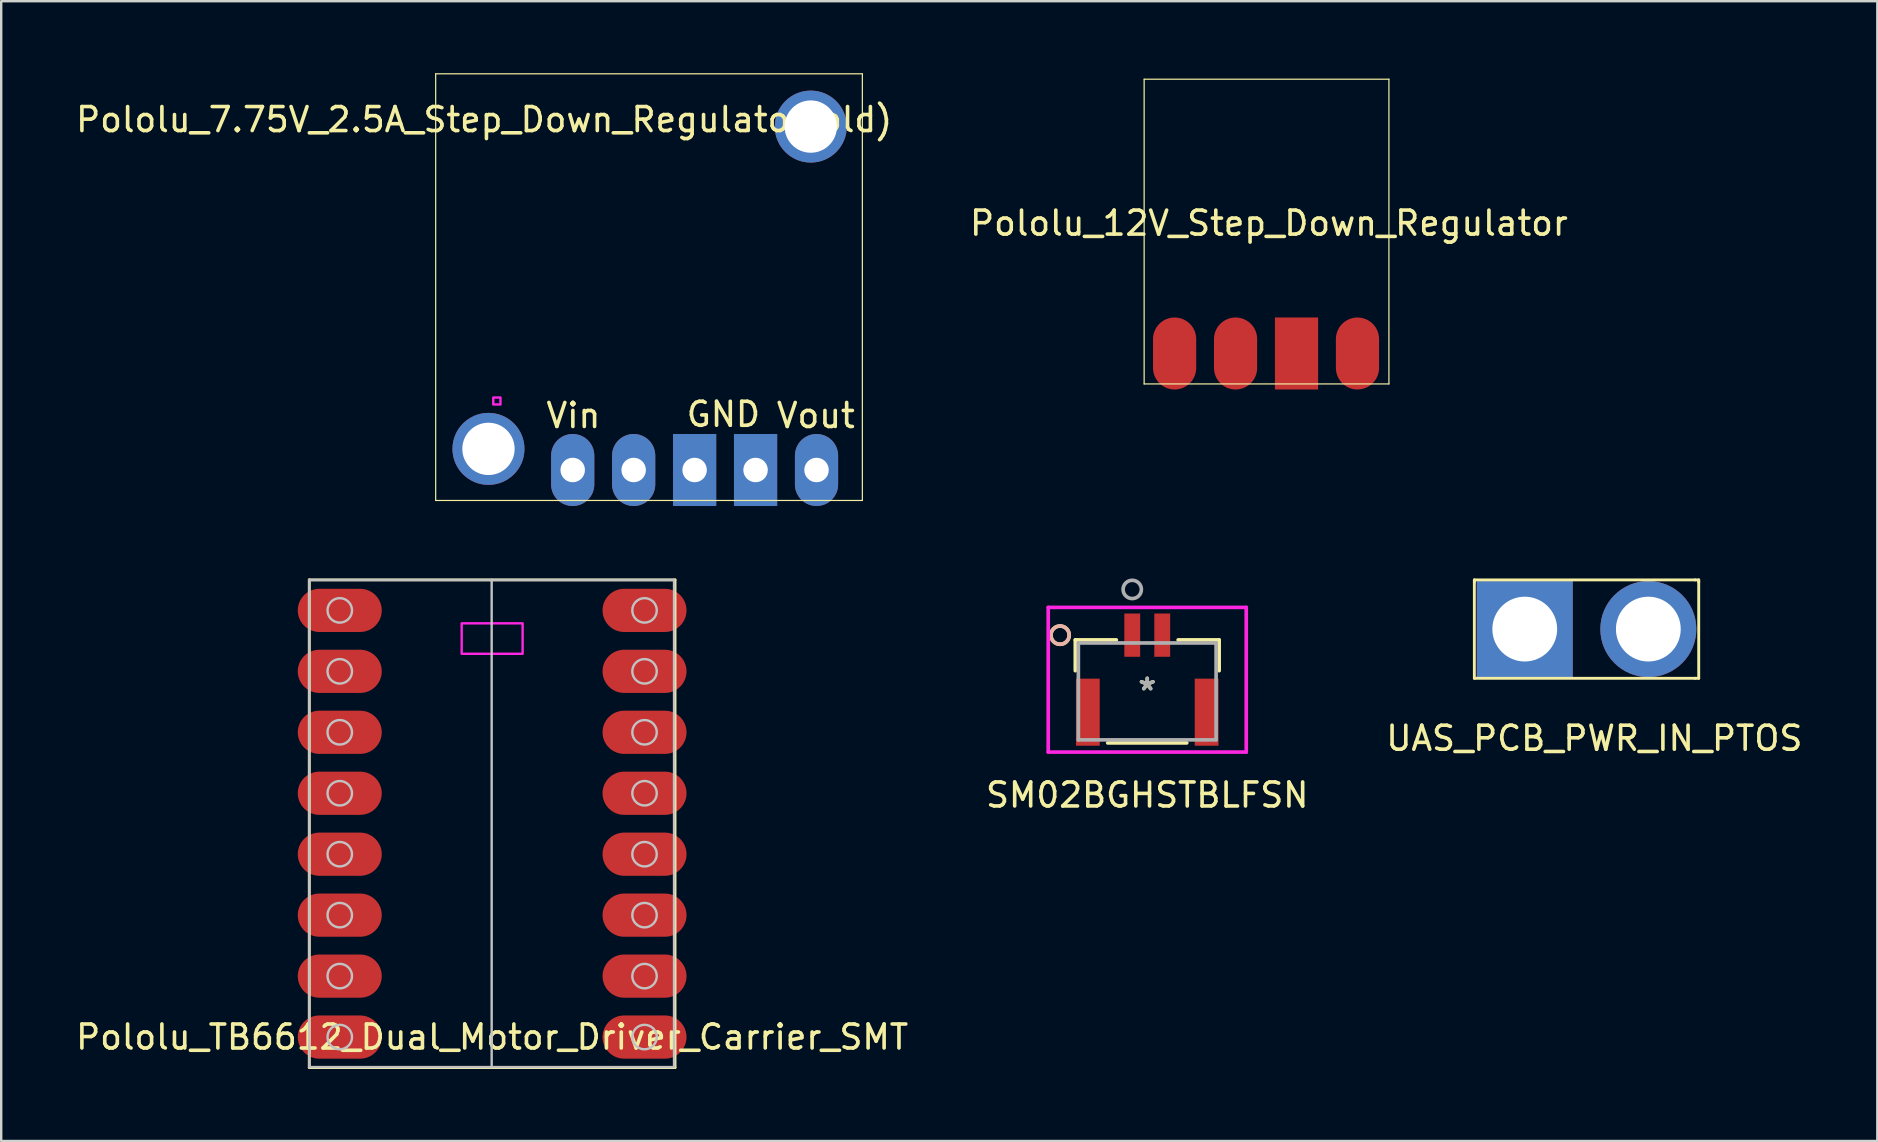
<source format=kicad_pcb>
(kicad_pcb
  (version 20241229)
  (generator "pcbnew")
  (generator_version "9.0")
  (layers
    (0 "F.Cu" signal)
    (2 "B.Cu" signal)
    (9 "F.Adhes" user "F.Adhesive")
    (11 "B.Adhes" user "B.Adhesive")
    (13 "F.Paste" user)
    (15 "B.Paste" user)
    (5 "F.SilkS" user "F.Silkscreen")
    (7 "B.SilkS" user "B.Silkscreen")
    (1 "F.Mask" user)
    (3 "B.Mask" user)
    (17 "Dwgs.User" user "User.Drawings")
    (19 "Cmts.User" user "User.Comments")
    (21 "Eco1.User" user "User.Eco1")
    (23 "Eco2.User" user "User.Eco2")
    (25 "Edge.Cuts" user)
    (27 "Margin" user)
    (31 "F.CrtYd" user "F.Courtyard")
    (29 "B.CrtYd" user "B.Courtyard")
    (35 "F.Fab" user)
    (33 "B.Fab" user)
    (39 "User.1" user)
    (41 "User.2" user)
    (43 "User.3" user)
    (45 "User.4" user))
  (footprint "SM02BGHSTBLFSN"
    (layer "F.Cu")
    (at 44.756 25.762)
    (property "Reference" "SM02BGHSTBLFSN" (at 0 4.318 0) (layer "F.SilkS") (effects (font (size 1 1) (thickness 0.15))))
    (attr through_hole)
    (fp_line (start -2.997 -2.146) (end -2.997 -0.864) (stroke (width 0.152) (type solid)) (layer "F.SilkS"))
    (fp_line (start -1.647 2.146) (end 1.647 2.146) (stroke (width 0.152) (type solid)) (layer "F.SilkS"))
    (fp_line (start -1.288 -2.146) (end -2.997 -2.146) (stroke (width 0.152) (type solid)) (layer "F.SilkS"))
    (fp_line (start 2.997 -2.146) (end 1.288 -2.146) (stroke (width 0.152) (type solid)) (layer "F.SilkS"))
    (fp_line (start 2.997 -0.864) (end 2.997 -2.146) (stroke (width 0.152) (type solid)) (layer "F.SilkS"))
    (fp_circle (center -3.632 -2.345) (end -3.251 -2.345) (stroke (width 0.152) (type solid)) (fill no) (layer "F.SilkS"))
    (fp_circle (center -3.632 -2.345) (end -3.251 -2.345) (stroke (width 0.152) (type solid)) (fill no) (layer "B.SilkS"))
    (fp_line (start -4.126 -3.501) (end -4.126 2.527) (stroke (width 0.152) (type solid)) (layer "F.CrtYd"))
    (fp_line (start -4.126 2.527) (end 4.126 2.527) (stroke (width 0.152) (type solid)) (layer "F.CrtYd"))
    (fp_line (start 4.126 -3.501) (end -4.126 -3.501) (stroke (width 0.152) (type solid)) (layer "F.CrtYd"))
    (fp_line (start 4.126 2.527) (end 4.126 -3.501) (stroke (width 0.152) (type solid)) (layer "F.CrtYd"))
    (fp_line (start -2.87 -2.019) (end -2.87 2.019) (stroke (width 0.152) (type solid)) (layer "F.Fab"))
    (fp_line (start -2.87 2.019) (end 2.87 2.019) (stroke (width 0.152) (type solid)) (layer "F.Fab"))
    (fp_line (start 2.87 -2.019) (end -2.87 -2.019) (stroke (width 0.152) (type solid)) (layer "F.Fab"))
    (fp_line (start 2.87 2.019) (end 2.87 -2.019) (stroke (width 0.152) (type solid)) (layer "F.Fab"))
    (fp_circle (center -0.625 -4.25) (end -0.244 -4.25) (stroke (width 0.152) (type solid)) (fill no) (layer "F.Fab"))
    (fp_text user "*" (at 0 0 0) (layer "F.SilkS") (effects (font (size 1 1) (thickness 0.15))))
    (fp_text user "*" (at 0 0 0) (layer "F.Fab") (effects (font (size 1 1) (thickness 0.15))))
    (pad "1" smd rect (at -0.625 -2.345) (size 0.66 1.803) (layers "F.Cu" "F.Mask" "F.Paste"))
    (pad "2" smd rect (at 0.625 -2.345) (size 0.66 1.803) (layers "F.Cu" "F.Mask" "F.Paste"))
    (pad "3" smd rect (at -2.475 0.865 90) (size 2.794 0.991) (layers "F.Cu" "F.Mask" "F.Paste"))
    (pad "4" smd rect (at 2.475 0.865 90) (size 2.794 0.991) (layers "F.Cu" "F.Mask" "F.Paste")))
  (footprint "UAS_PCB_PWR_IN_PTOS"
    (layer "F.Cu")
    (at 63.387 27.215)
    (property "Reference" "UAS_PCB_PWR_IN_PTOS" (at 0 0.5 0) (layer "F.SilkS") (effects (font (size 1 1) (thickness 0.15))))
    (attr through_hole)
    (fp_line (start -5 -6.1) (end -5 -6.05) (stroke (width 0.12) (type solid)) (layer "F.SilkS"))
    (fp_line (start -5 -6.1) (end 4.2 -6.1) (stroke (width 0.12) (type solid)) (layer "F.SilkS"))
    (fp_line (start -5 -6.05) (end -5 -6) (stroke (width 0.12) (type solid)) (layer "F.SilkS"))
    (fp_line (start -5 -2) (end -5 -6) (stroke (width 0.12) (type solid)) (layer "F.SilkS"))
    (fp_line (start -5 -2) (end 4.2 -2) (stroke (width 0.12) (type solid)) (layer "F.SilkS"))
    (fp_line (start 4.2 -6.1) (end 4.35 -6.1) (stroke (width 0.12) (type solid)) (layer "F.SilkS"))
    (fp_line (start 4.35 -6.1) (end 4.35 -6.05) (stroke (width 0.12) (type solid)) (layer "F.SilkS"))
    (fp_line (start 4.35 -6) (end 4.35 -6.05) (stroke (width 0.12) (type solid)) (layer "F.SilkS"))
    (fp_line (start 4.35 -6) (end 4.35 -2) (stroke (width 0.12) (type solid)) (layer "F.SilkS"))
    (fp_line (start 4.35 -2) (end 4.2 -2) (stroke (width 0.12) (type solid)) (layer "F.SilkS"))
    (pad "1" thru_hole rect (at -2.9 -4.05) (size 4 4) (drill 2.7) (layers "*.Cu" "*.Mask"))
    (pad "2" thru_hole circle (at 2.25 -4.05) (size 4 4) (drill 2.7) (layers "*.Cu" "*.Mask")))
  (footprint "Pololu_TB6612_Dual_Motor_Driver_Carrier_SMT"
    (layer "F.Cu")
    (at 17.458 26.195)
    (property "Reference" "Pololu_TB6612_Dual_Motor_Driver_Carrier_SMT" (at 0 13.97 0) (layer "F.SilkS") (effects (font (size 1 1) (thickness 0.15))))
    (attr through_hole)
    (fp_line (start -7.62 -5.08) (end 7.62 -5.08) (stroke (width 0.12) (type solid)) (layer "F.SilkS"))
    (fp_line (start -7.62 15.24) (end -7.62 -5.08) (stroke (width 0.12) (type solid)) (layer "F.SilkS"))
    (fp_line (start 7.62 -5.08) (end 7.62 15.24) (stroke (width 0.12) (type solid)) (layer "F.SilkS"))
    (fp_line (start 7.62 15.24) (end -7.62 15.24) (stroke (width 0.12) (type solid)) (layer "F.SilkS"))
    (fp_line (start -7.62 -5.08) (end 7.58 -5.08) (stroke (width 0.1) (type solid)) (layer "Dwgs.User"))
    (fp_line (start -7.62 15.22) (end -7.62 -5.08) (stroke (width 0.1) (type solid)) (layer "Dwgs.User"))
    (fp_line (start -0.02 -5.08) (end -0.02 15.22) (stroke (width 0.1) (type solid)) (layer "Dwgs.User"))
    (fp_line (start 7.58 -5.08) (end 7.58 15.22) (stroke (width 0.1) (type solid)) (layer "Dwgs.User"))
    (fp_line (start 7.58 15.22) (end -7.62 15.22) (stroke (width 0.1) (type solid)) (layer "Dwgs.User"))
    (fp_circle (center -6.35 -3.81) (end -5.84 -3.81) (stroke (width 0.1) (type solid)) (fill no) (layer "Dwgs.User"))
    (fp_circle (center -6.35 -1.27) (end -5.84 -1.27) (stroke (width 0.1) (type solid)) (fill no) (layer "Dwgs.User"))
    (fp_circle (center -6.35 1.27) (end -5.84 1.27) (stroke (width 0.1) (type solid)) (fill no) (layer "Dwgs.User"))
    (fp_circle (center -6.35 3.81) (end -5.84 3.81) (stroke (width 0.1) (type solid)) (fill no) (layer "Dwgs.User"))
    (fp_circle (center -6.35 6.35) (end -5.84 6.35) (stroke (width 0.1) (type solid)) (fill no) (layer "Dwgs.User"))
    (fp_circle (center -6.35 8.89) (end -5.84 8.89) (stroke (width 0.1) (type solid)) (fill no) (layer "Dwgs.User"))
    (fp_circle (center -6.35 11.43) (end -5.84 11.43) (stroke (width 0.1) (type solid)) (fill no) (layer "Dwgs.User"))
    (fp_circle (center -6.35 13.97) (end -5.84 13.97) (stroke (width 0.1) (type solid)) (fill no) (layer "Dwgs.User"))
    (fp_circle (center 6.35 -3.81) (end 6.86 -3.81) (stroke (width 0.1) (type solid)) (fill no) (layer "Dwgs.User"))
    (fp_circle (center 6.35 -1.27) (end 6.86 -1.27) (stroke (width 0.1) (type solid)) (fill no) (layer "Dwgs.User"))
    (fp_circle (center 6.35 1.27) (end 6.86 1.27) (stroke (width 0.1) (type solid)) (fill no) (layer "Dwgs.User"))
    (fp_circle (center 6.35 3.81) (end 6.86 3.81) (stroke (width 0.1) (type solid)) (fill no) (layer "Dwgs.User"))
    (fp_circle (center 6.35 6.35) (end 6.86 6.35) (stroke (width 0.1) (type solid)) (fill no) (layer "Dwgs.User"))
    (fp_circle (center 6.35 8.89) (end 6.86 8.89) (stroke (width 0.1) (type solid)) (fill no) (layer "Dwgs.User"))
    (fp_circle (center 6.35 11.43) (end 6.86 11.43) (stroke (width 0.1) (type solid)) (fill no) (layer "Dwgs.User"))
    (fp_circle (center 6.35 13.97) (end 6.86 13.97) (stroke (width 0.1) (type solid)) (fill no) (layer "Dwgs.User"))
    (fp_poly (pts (xy 1.27 -2) (xy -1.27 -2) (xy -1.27 -3.27) (xy 1.27 -3.27)) (stroke (width 0.1) (type solid)) (fill no) (layer "F.CrtYd"))
    (pad "1" smd oval (at -6.35 -3.81) (size 3.5 1.8) (layers "F.Cu" "F.Mask" "F.Paste"))
    (pad "2" smd oval (at -6.35 -1.27) (size 3.5 1.8) (layers "F.Cu" "F.Mask" "F.Paste"))
    (pad "3" smd oval (at -6.35 1.27) (size 3.5 1.8) (layers "F.Cu" "F.Mask" "F.Paste"))
    (pad "4" smd oval (at -6.35 3.81) (size 3.5 1.8) (layers "F.Cu" "F.Mask" "F.Paste"))
    (pad "5" smd oval (at -6.35 6.35) (size 3.5 1.8) (layers "F.Cu" "F.Mask" "F.Paste"))
    (pad "6" smd oval (at -6.35 8.89) (size 3.5 1.8) (layers "F.Cu" "F.Mask" "F.Paste"))
    (pad "7" smd oval (at -6.35 11.43) (size 3.5 1.8) (layers "F.Cu" "F.Mask" "F.Paste"))
    (pad "8" smd oval (at -6.35 13.97) (size 3.5 1.8) (layers "F.Cu" "F.Mask" "F.Paste"))
    (pad "9" smd oval (at 6.35 -3.81) (size 3.5 1.8) (layers "F.Cu" "F.Mask" "F.Paste"))
    (pad "10" smd oval (at 6.35 -1.27) (size 3.5 1.8) (layers "F.Cu" "F.Mask" "F.Paste"))
    (pad "11" smd oval (at 6.35 1.27) (size 3.5 1.8) (layers "F.Cu" "F.Mask" "F.Paste"))
    (pad "12" smd oval (at 6.35 3.81) (size 3.5 1.8) (layers "F.Cu" "F.Mask" "F.Paste"))
    (pad "13" smd oval (at 6.35 6.35) (size 3.5 1.8) (layers "F.Cu" "F.Mask" "F.Paste"))
    (pad "14" smd oval (at 6.35 8.89) (size 3.5 1.8) (layers "F.Cu" "F.Mask" "F.Paste"))
    (pad "15" smd oval (at 6.35 11.43) (size 3.5 1.8) (layers "F.Cu" "F.Mask" "F.Paste"))
    (pad "16" smd oval (at 6.35 13.97) (size 3.5 1.8) (layers "F.Cu" "F.Mask" "F.Paste")))
  (footprint "Pololu_12V_Step_Down_Regulator"
    (layer "F.Cu")
    (at 54.827 0.25)
    (property "Reference" "Pololu_12V_Step_Down_Regulator" (at -5 6 0) (layer "F.SilkS") (effects (font (size 1 1) (thickness 0.15))))
    (attr through_hole)
    (fp_line (start -10.2 0) (end 0 0) (stroke (width 0.05) (type solid)) (layer "F.SilkS"))
    (fp_line (start -10.2 12.7) (end -10.2 0) (stroke (width 0.05) (type solid)) (layer "F.SilkS"))
    (fp_line (start 0 0) (end 0 12.7) (stroke (width 0.05) (type solid)) (layer "F.SilkS"))
    (fp_line (start 0 12.7) (end -10.2 12.7) (stroke (width 0.05) (type solid)) (layer "F.SilkS"))
    (pad "1" smd oval (at -8.93 11.43) (size 1.8 3) (layers "F.Cu" "F.Mask" "F.Paste"))
    (pad "2" smd oval (at -6.39 11.43) (size 1.8 3) (layers "F.Cu" "F.Mask" "F.Paste"))
    (pad "3" smd rect (at -3.85 11.43) (size 1.8 3) (layers "F.Cu" "F.Mask" "F.Paste"))
    (pad "4" smd oval (at -1.31 11.43) (size 1.8 3) (layers "F.Cu" "F.Mask" "F.Paste")))
  (footprint "Pololu_7.75V_2.5A_Step_Down_Regulator(old)"
    (layer "F.Cu")
    (at 15.105 17.805)
    (property "Reference" "Pololu_7.75V_2.5A_Step_Down_Regulator(old)" (at 2.02 -15.87 0) (layer "F.SilkS") (effects (font (size 1 1) (thickness 0.15))))
    (attr through_hole)
    (fp_line (start 0 -17.78) (end 17.78 -17.78) (stroke (width 0.05) (type solid)) (layer "F.SilkS"))
    (fp_line (start 0 0) (end 0 -17.78) (stroke (width 0.05) (type solid)) (layer "F.SilkS"))
    (fp_line (start 17.78 -17.78) (end 17.78 0) (stroke (width 0.05) (type solid)) (layer "F.SilkS"))
    (fp_line (start 17.78 0) (end 0 0) (stroke (width 0.05) (type solid)) (layer "F.SilkS"))
    (fp_poly (pts (xy 2.7 -4) (xy 2.4 -4) (xy 2.4 -4.29) (xy 2.7 -4.29)) (stroke (width 0.1) (type solid)) (fill no) (layer "F.CrtYd"))
    (fp_text user "Vout" (at 15.84 -3.54 0) (layer "F.SilkS") (effects (font (size 1 1) (thickness 0.15))))
    (fp_text user "Vin" (at 5.74 -3.54 0) (layer "F.SilkS") (effects (font (size 1 1) (thickness 0.15))))
    (fp_text user "GND" (at 11.99 -3.59 0) (layer "F.SilkS") (effects (font (size 1 1) (thickness 0.15))))
    (pad "1" thru_hole oval (at 5.71 -1.27) (size 1.8 3) (drill 1.02) (layers "*.Cu" "*.Mask"))
    (pad "2" thru_hole oval (at 8.25 -1.27) (size 1.8 3) (drill 1.02) (layers "*.Cu" "*.Mask"))
    (pad "3" thru_hole rect (at 10.79 -1.27) (size 1.8 3) (drill 1.02) (layers "*.Cu" "*.Mask"))
    (pad "4" thru_hole rect (at 13.33 -1.27) (size 1.8 3) (drill 1.02) (layers "*.Cu" "*.Mask"))
    (pad "5" thru_hole oval (at 15.87 -1.27) (size 1.8 3) (drill 1.02) (layers "*.Cu" "*.Mask"))
    (pad "6" thru_hole circle (at 15.63 -15.58) (size 3 3) (drill 2.18) (layers "*.Cu" "*.Mask"))
    (pad "7" thru_hole circle (at 2.2 -2.15) (size 3 3) (drill 2.18) (layers "*.Cu" "*.Mask")))
  (gr_rect
    (start -3 -3)
    (end 75.179 44.495)
    (stroke (width 0.1) (type default))
    (fill no)
    (layer "Edge.Cuts")))
</source>
